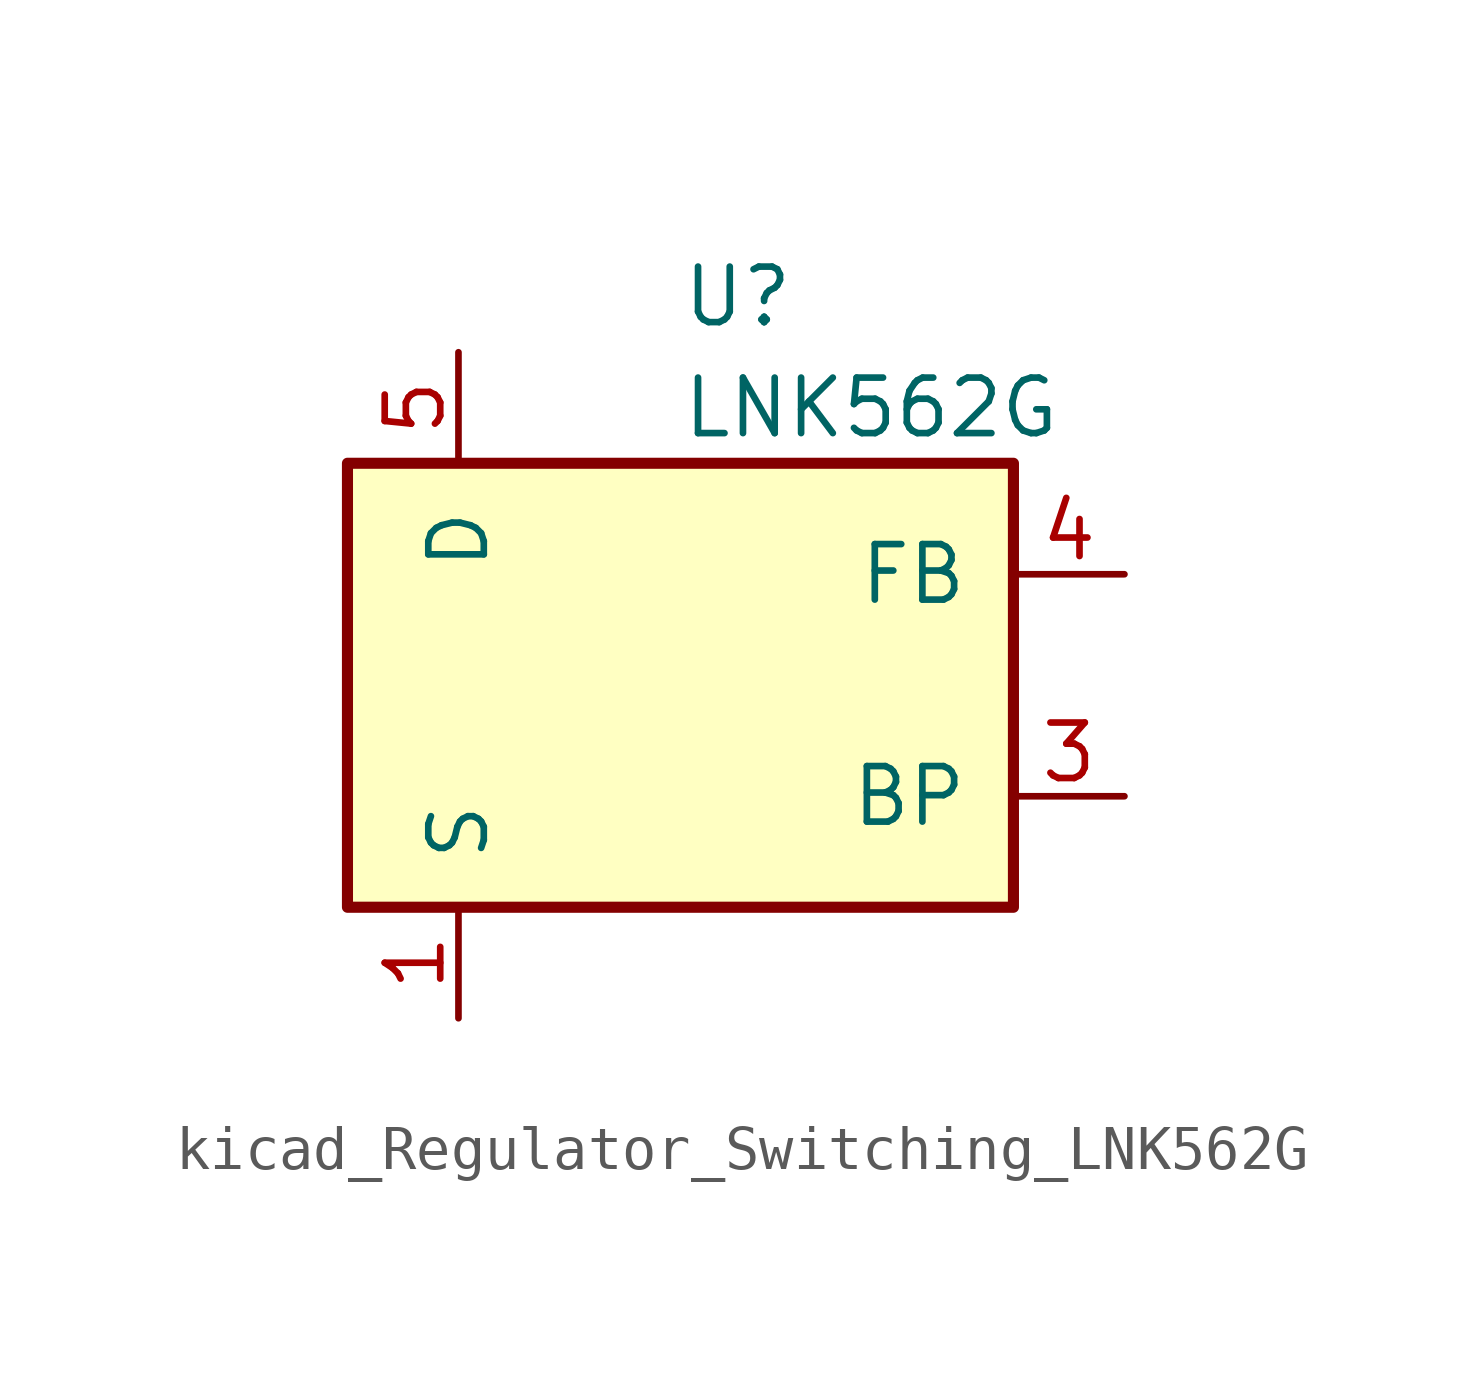
<source format=kicad_sym>
(kicad_symbol_lib
  (version 20220914)
  (generator kicad_symbol_editor)
  (symbol "kicad_Regulator_Switching_LNK562G"
    (pin_names
      (offset 1.016))
    (property "Reference" "U"
      (at 0 8.89 0)
      (effects (font (size 1.27 1.27)) (justify left)))
    (property "Value" "LNK562G"
      (at 0 6.35 0)
      (effects (font (size 1.27 1.27)) (justify left)))
    (symbol "kicad_Regulator_Switching_LNK562G_0_1"
      (rectangle (start -7.62 5.08) (end 7.62 -5.08) (stroke (width 0.254) (type default)) (fill (type background))))
    (symbol "kicad_Regulator_Switching_LNK562G_1_1"
      (pin power_in line (at -5.08 -7.62 90) (length 2.54) (name "S" (effects (font (size 1.27 1.27)))) (number "1" (effects (font (size 1.27 1.27)))))
      (pin passive line (at -5.08 -7.62 90) (length 2.54) hide (name "S" (effects (font (size 1.27 1.27)))) (number "2" (effects (font (size 1.27 1.27)))))
      (pin input line (at 10.16 -2.54 180) (length 2.54) (name "BP" (effects (font (size 1.27 1.27)))) (number "3" (effects (font (size 1.27 1.27)))))
      (pin input line (at 10.16 2.54 180) (length 2.54) (name "FB" (effects (font (size 1.27 1.27)))) (number "4" (effects (font (size 1.27 1.27)))))
      (pin open_collector line (at -5.08 7.62 270) (length 2.54) (name "D" (effects (font (size 1.27 1.27)))) (number "5" (effects (font (size 1.27 1.27)))))
      (pin passive line (at -5.08 -7.62 90) (length 2.54) hide (name "S" (effects (font (size 1.27 1.27)))) (number "7" (effects (font (size 1.27 1.27)))))
      (pin passive line (at -5.08 -7.62 90) (length 2.54) hide (name "S" (effects (font (size 1.27 1.27)))) (number "8" (effects (font (size 1.27 1.27))))))))
</source>
